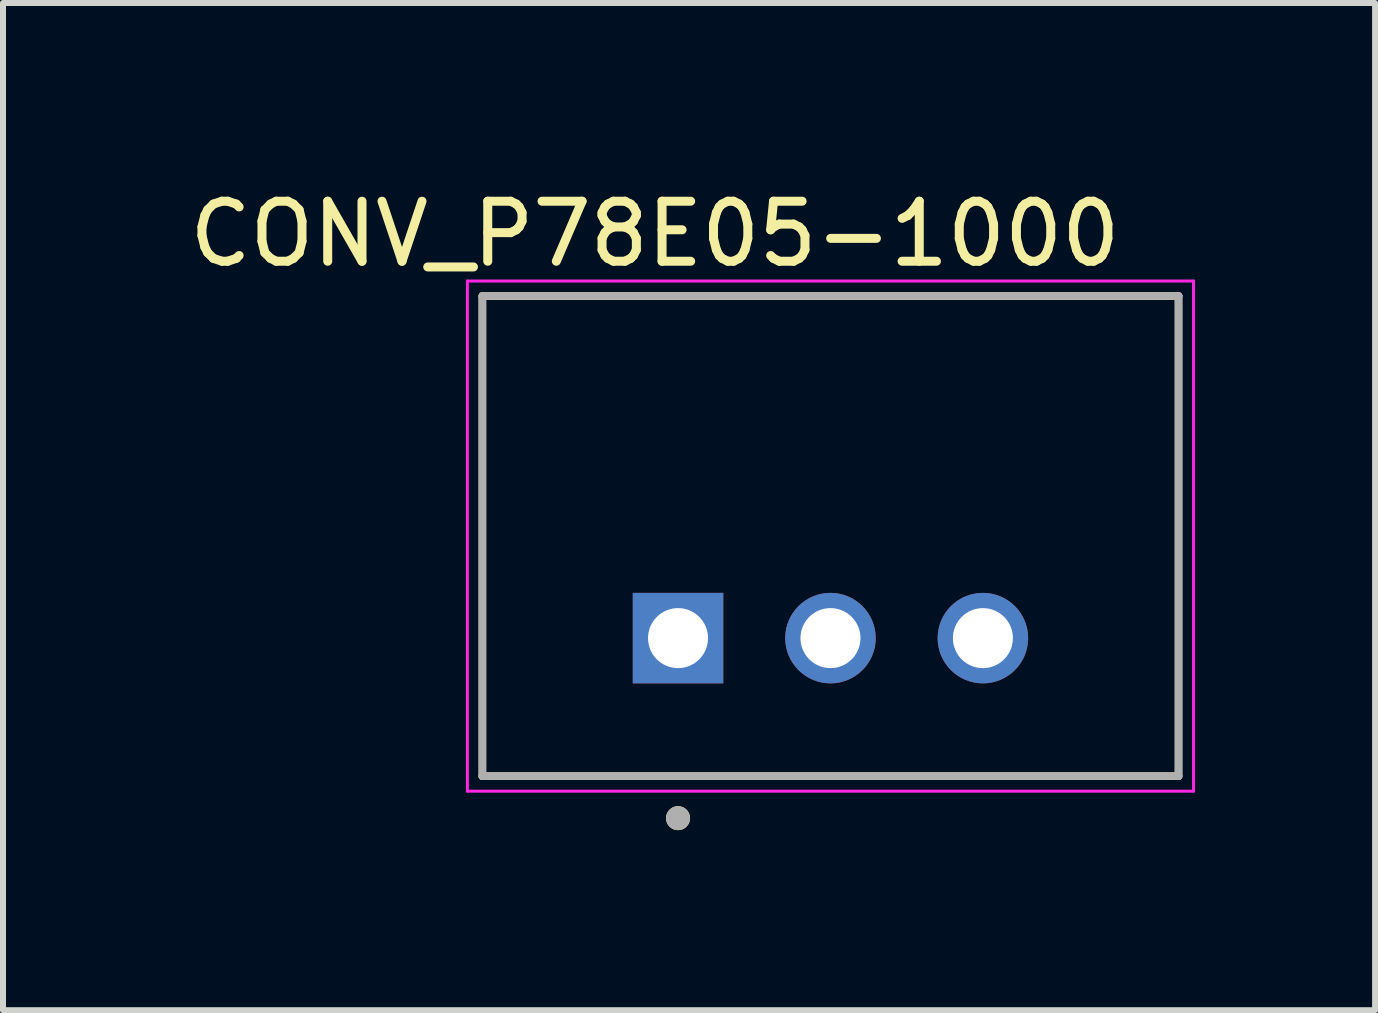
<source format=kicad_pcb>
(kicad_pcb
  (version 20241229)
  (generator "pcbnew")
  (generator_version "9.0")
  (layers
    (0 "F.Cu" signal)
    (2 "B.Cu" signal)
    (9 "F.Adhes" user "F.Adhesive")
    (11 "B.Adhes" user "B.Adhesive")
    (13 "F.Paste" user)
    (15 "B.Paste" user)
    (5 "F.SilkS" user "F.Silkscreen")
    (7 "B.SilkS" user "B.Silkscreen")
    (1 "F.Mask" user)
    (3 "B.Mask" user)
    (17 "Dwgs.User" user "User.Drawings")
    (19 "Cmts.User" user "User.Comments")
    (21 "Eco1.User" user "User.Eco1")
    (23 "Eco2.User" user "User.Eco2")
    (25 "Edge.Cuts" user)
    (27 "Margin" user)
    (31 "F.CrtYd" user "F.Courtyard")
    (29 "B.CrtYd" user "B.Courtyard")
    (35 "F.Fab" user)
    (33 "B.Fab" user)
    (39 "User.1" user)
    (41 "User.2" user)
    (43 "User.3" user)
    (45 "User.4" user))
  (footprint "CONV_P78E05-1000"
    (layer "F.Cu")
    (at 10.788 7.583)
    (property "Reference" "CONV_P78E05-1000" (at -2.925 -6.735 0) (layer "F.SilkS") (effects (font (size 1 1) (thickness 0.15))))
    (attr through_hole)
    (fp_line (start -5.8 -5.7) (end 5.8 -5.7) (stroke (width 0.127) (type solid)) (layer "F.SilkS"))
    (fp_line (start -5.8 2.3) (end -5.8 -5.7) (stroke (width 0.127) (type solid)) (layer "F.SilkS"))
    (fp_line (start 5.8 -5.7) (end 5.8 2.3) (stroke (width 0.127) (type solid)) (layer "F.SilkS"))
    (fp_line (start 5.8 2.3) (end -5.8 2.3) (stroke (width 0.127) (type solid)) (layer "F.SilkS"))
    (fp_circle (center -2.54 3) (end -2.44 3) (stroke (width 0.2) (type solid)) (fill no) (layer "F.SilkS"))
    (fp_line (start -6.05 -5.95) (end 6.05 -5.95) (stroke (width 0.05) (type solid)) (layer "F.CrtYd"))
    (fp_line (start -6.05 2.55) (end -6.05 -5.95) (stroke (width 0.05) (type solid)) (layer "F.CrtYd"))
    (fp_line (start 6.05 -5.95) (end 6.05 2.55) (stroke (width 0.05) (type solid)) (layer "F.CrtYd"))
    (fp_line (start 6.05 2.55) (end -6.05 2.55) (stroke (width 0.05) (type solid)) (layer "F.CrtYd"))
    (fp_line (start -5.8 -5.7) (end 5.8 -5.7) (stroke (width 0.127) (type solid)) (layer "F.Fab"))
    (fp_line (start -5.8 2.3) (end -5.8 -5.7) (stroke (width 0.127) (type solid)) (layer "F.Fab"))
    (fp_line (start 5.8 -5.7) (end 5.8 2.3) (stroke (width 0.127) (type solid)) (layer "F.Fab"))
    (fp_line (start 5.8 2.3) (end -5.8 2.3) (stroke (width 0.127) (type solid)) (layer "F.Fab"))
    (fp_circle (center -2.54 3) (end -2.44 3) (stroke (width 0.2) (type solid)) (fill no) (layer "F.Fab"))
    (pad "1" thru_hole rect (at -2.54 0) (size 1.508 1.508) (drill 1) (layers "*.Cu" "*.Mask"))
    (pad "2" thru_hole circle (at 0 0) (size 1.508 1.508) (drill 1) (layers "*.Cu" "*.Mask"))
    (pad "3" thru_hole circle (at 2.54 0) (size 1.508 1.508) (drill 1) (layers "*.Cu" "*.Mask")))
  (gr_rect
    (start -3 -3)
    (end 19.863 13.783)
    (stroke (width 0.1) (type default))
    (fill no)
    (layer "Edge.Cuts")))
</source>
